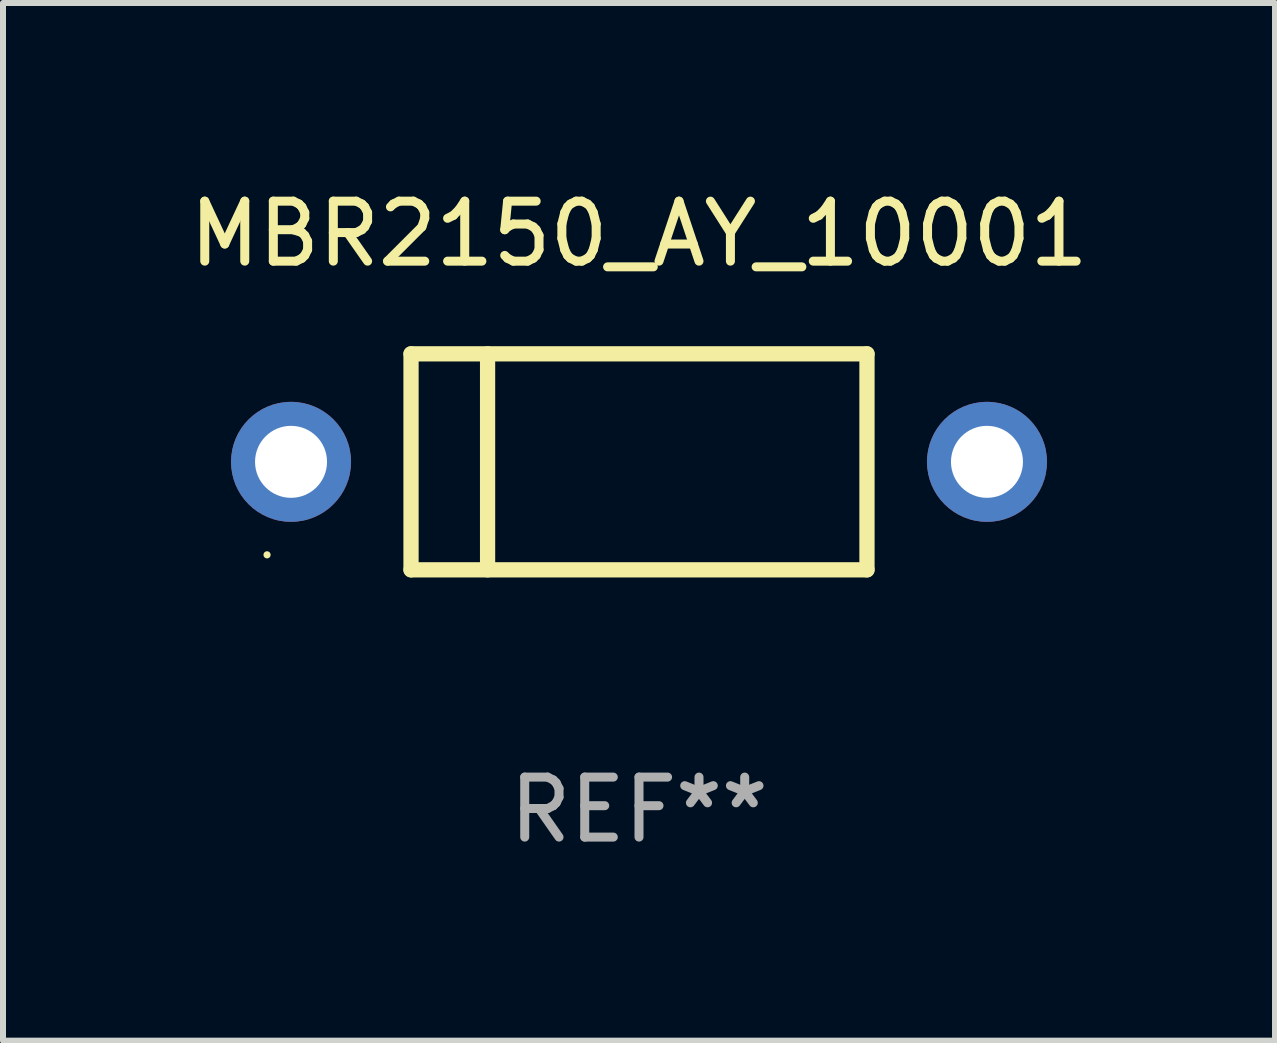
<source format=kicad_pcb>
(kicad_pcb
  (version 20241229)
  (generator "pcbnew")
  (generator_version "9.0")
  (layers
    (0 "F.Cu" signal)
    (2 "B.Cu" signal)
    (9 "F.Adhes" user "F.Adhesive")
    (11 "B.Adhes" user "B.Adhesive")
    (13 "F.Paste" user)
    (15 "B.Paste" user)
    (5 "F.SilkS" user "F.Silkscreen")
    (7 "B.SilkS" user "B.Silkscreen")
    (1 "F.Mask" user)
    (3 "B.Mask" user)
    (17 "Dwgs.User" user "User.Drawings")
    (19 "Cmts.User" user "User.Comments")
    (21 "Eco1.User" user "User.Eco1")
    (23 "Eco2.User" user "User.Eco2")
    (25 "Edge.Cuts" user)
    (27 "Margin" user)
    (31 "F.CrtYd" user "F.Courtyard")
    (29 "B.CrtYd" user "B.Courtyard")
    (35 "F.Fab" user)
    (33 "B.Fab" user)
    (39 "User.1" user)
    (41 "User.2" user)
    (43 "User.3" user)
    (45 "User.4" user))
  (footprint "MBR2150_AY_10001"
    (layer "F.Cu")
    (at 7.601 4.648)
    (property "Reference" "MBR2150_AY_10001" (at 0 -3.8 0) (layer "F.SilkS") (effects (font (size 1 1) (thickness 0.15))))
    (attr through_hole)
    (fp_line (start -3.8 -1.8) (end -3.8 1.8) (stroke (width 0.254) (type solid)) (layer "F.SilkS"))
    (fp_line (start -3.8 -1.8) (end 3.8 -1.8) (stroke (width 0.254) (type solid)) (layer "F.SilkS"))
    (fp_line (start -3.8 1.8) (end 3.8 1.8) (stroke (width 0.254) (type solid)) (layer "F.SilkS"))
    (fp_line (start -2.524 -1.8) (end -2.524 1.8) (stroke (width 0.254) (type solid)) (layer "F.SilkS"))
    (fp_line (start 3.8 -1.8) (end 3.8 1.8) (stroke (width 0.254) (type solid)) (layer "F.SilkS"))
    (fp_circle (center -6.2 1.55) (end -6.17 1.55) (stroke (width 0.06) (type solid)) (fill no) (layer "F.SilkS"))
    (fp_text user "REF**" (at 0 5.8 0) (layer "F.Fab") (effects (font (size 1 1) (thickness 0.15))))
    (pad "1" thru_hole circle (at -5.8 0) (size 2 2) (drill 1.2) (layers "*.Cu" "*.Mask"))
    (pad "2" thru_hole circle (at 5.8 0) (size 2 2) (drill 1.2) (layers "*.Cu" "*.Mask")))
  (gr_rect
    (start -3 -3)
    (end 18.202 14.296)
    (stroke (width 0.1) (type default))
    (fill no)
    (layer "Edge.Cuts")))
</source>
